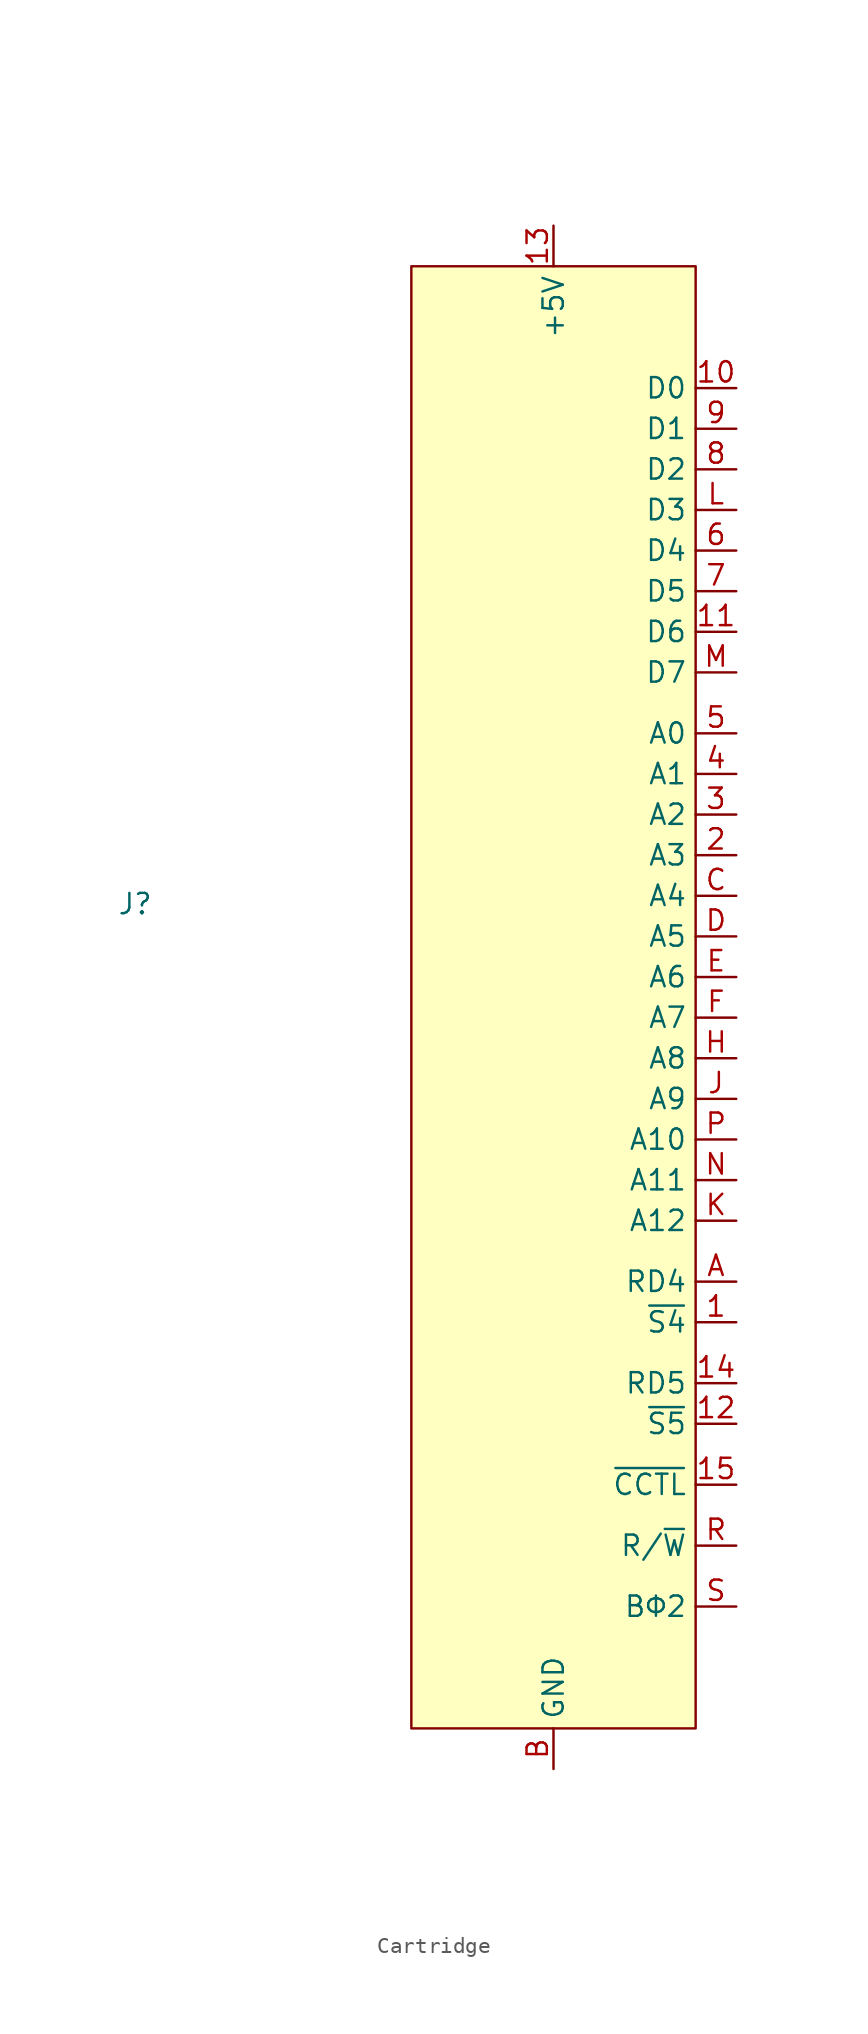
<source format=kicad_sym>
(kicad_symbol_lib
  (version 20241209)
  (generator "kicad_symbol_editor")
  (generator_version "9.0")
  (symbol "Cartridge"
    (property "Reference" "J"
      (at -26.162 5.842 0)
      (effects (font (size 1.27 1.27))))
    (property "Value" ""
      (at 0 -33.02 0)
      (effects (font (size 1.27 1.27))))
    (symbol "Cartridge_0_1"
      (rectangle (start -8.89 45.72) (end 8.89 -45.72) (stroke (width 0) (type default)) (fill (type background))))
    (symbol "Cartridge_1_1"
      (pin passive line (at 0 48.26 270) (length 2.54) (name "+5V" (effects (font (size 1.27 1.27)))) (number "13" (effects (font (size 1.27 1.27)))))
      (pin passive line (at 0 -48.26 90) (length 2.54) (name "GND" (effects (font (size 1.27 1.27)))) (number "B" (effects (font (size 1.27 1.27)))))
      (pin bidirectional line (at 11.43 38.1 180) (length 2.54) (name "D0" (effects (font (size 1.27 1.27)))) (number "10" (effects (font (size 1.27 1.27)))))
      (pin bidirectional line (at 11.43 35.56 180) (length 2.54) (name "D1" (effects (font (size 1.27 1.27)))) (number "9" (effects (font (size 1.27 1.27)))))
      (pin bidirectional line (at 11.43 33.02 180) (length 2.54) (name "D2" (effects (font (size 1.27 1.27)))) (number "8" (effects (font (size 1.27 1.27)))))
      (pin bidirectional line (at 11.43 30.48 180) (length 2.54) (name "D3" (effects (font (size 1.27 1.27)))) (number "L" (effects (font (size 1.27 1.27)))))
      (pin bidirectional line (at 11.43 27.94 180) (length 2.54) (name "D4" (effects (font (size 1.27 1.27)))) (number "6" (effects (font (size 1.27 1.27)))))
      (pin bidirectional line (at 11.43 25.4 180) (length 2.54) (name "D5" (effects (font (size 1.27 1.27)))) (number "7" (effects (font (size 1.27 1.27)))))
      (pin bidirectional line (at 11.43 22.86 180) (length 2.54) (name "D6" (effects (font (size 1.27 1.27)))) (number "11" (effects (font (size 1.27 1.27)))))
      (pin bidirectional line (at 11.43 20.32 180) (length 2.54) (name "D7" (effects (font (size 1.27 1.27)))) (number "M" (effects (font (size 1.27 1.27)))))
      (pin output line (at 11.43 16.51 180) (length 2.54) (name "A0" (effects (font (size 1.27 1.27)))) (number "5" (effects (font (size 1.27 1.27)))))
      (pin output line (at 11.43 13.97 180) (length 2.54) (name "A1" (effects (font (size 1.27 1.27)))) (number "4" (effects (font (size 1.27 1.27)))))
      (pin output line (at 11.43 11.43 180) (length 2.54) (name "A2" (effects (font (size 1.27 1.27)))) (number "3" (effects (font (size 1.27 1.27)))))
      (pin output line (at 11.43 8.89 180) (length 2.54) (name "A3" (effects (font (size 1.27 1.27)))) (number "2" (effects (font (size 1.27 1.27)))))
      (pin output line (at 11.43 6.35 180) (length 2.54) (name "A4" (effects (font (size 1.27 1.27)))) (number "C" (effects (font (size 1.27 1.27)))))
      (pin output line (at 11.43 3.81 180) (length 2.54) (name "A5" (effects (font (size 1.27 1.27)))) (number "D" (effects (font (size 1.27 1.27)))))
      (pin output line (at 11.43 1.27 180) (length 2.54) (name "A6" (effects (font (size 1.27 1.27)))) (number "E" (effects (font (size 1.27 1.27)))))
      (pin output line (at 11.43 -1.27 180) (length 2.54) (name "A7" (effects (font (size 1.27 1.27)))) (number "F" (effects (font (size 1.27 1.27)))))
      (pin output line (at 11.43 -3.81 180) (length 2.54) (name "A8" (effects (font (size 1.27 1.27)))) (number "H" (effects (font (size 1.27 1.27)))))
      (pin output line (at 11.43 -6.35 180) (length 2.54) (name "A9" (effects (font (size 1.27 1.27)))) (number "J" (effects (font (size 1.27 1.27)))))
      (pin output line (at 11.43 -8.89 180) (length 2.54) (name "A10" (effects (font (size 1.27 1.27)))) (number "P" (effects (font (size 1.27 1.27)))))
      (pin output line (at 11.43 -11.43 180) (length 2.54) (name "A11" (effects (font (size 1.27 1.27)))) (number "N" (effects (font (size 1.27 1.27)))))
      (pin output line (at 11.43 -13.97 180) (length 2.54) (name "A12" (effects (font (size 1.27 1.27)))) (number "K" (effects (font (size 1.27 1.27)))))
      (pin input line (at 11.43 -17.78 180) (length 2.54) (name "RD4" (effects (font (size 1.27 1.27)))) (number "A" (effects (font (size 1.27 1.27)))))
      (pin output line (at 11.43 -20.32 180) (length 2.54) (name "~{S4}" (effects (font (size 1.27 1.27)))) (number "1" (effects (font (size 1.27 1.27)))))
      (pin input line (at 11.43 -24.13 180) (length 2.54) (name "RD5" (effects (font (size 1.27 1.27)))) (number "14" (effects (font (size 1.27 1.27)))))
      (pin output line (at 11.43 -26.67 180) (length 2.54) (name "~{S5}" (effects (font (size 1.27 1.27)))) (number "12" (effects (font (size 1.27 1.27)))))
      (pin output line (at 11.43 -30.48 180) (length 2.54) (name "~{CCTL}" (effects (font (size 1.27 1.27)))) (number "15" (effects (font (size 1.27 1.27)))))
      (pin output line (at 11.43 -34.29 180) (length 2.54) (name "R/~{W}" (effects (font (size 1.27 1.27)))) (number "R" (effects (font (size 1.27 1.27)))))
      (pin output line (at 11.43 -38.1 180) (length 2.54) (name "BΦ2" (effects (font (size 1.27 1.27)))) (number "S" (effects (font (size 1.27 1.27))))))))
</source>
